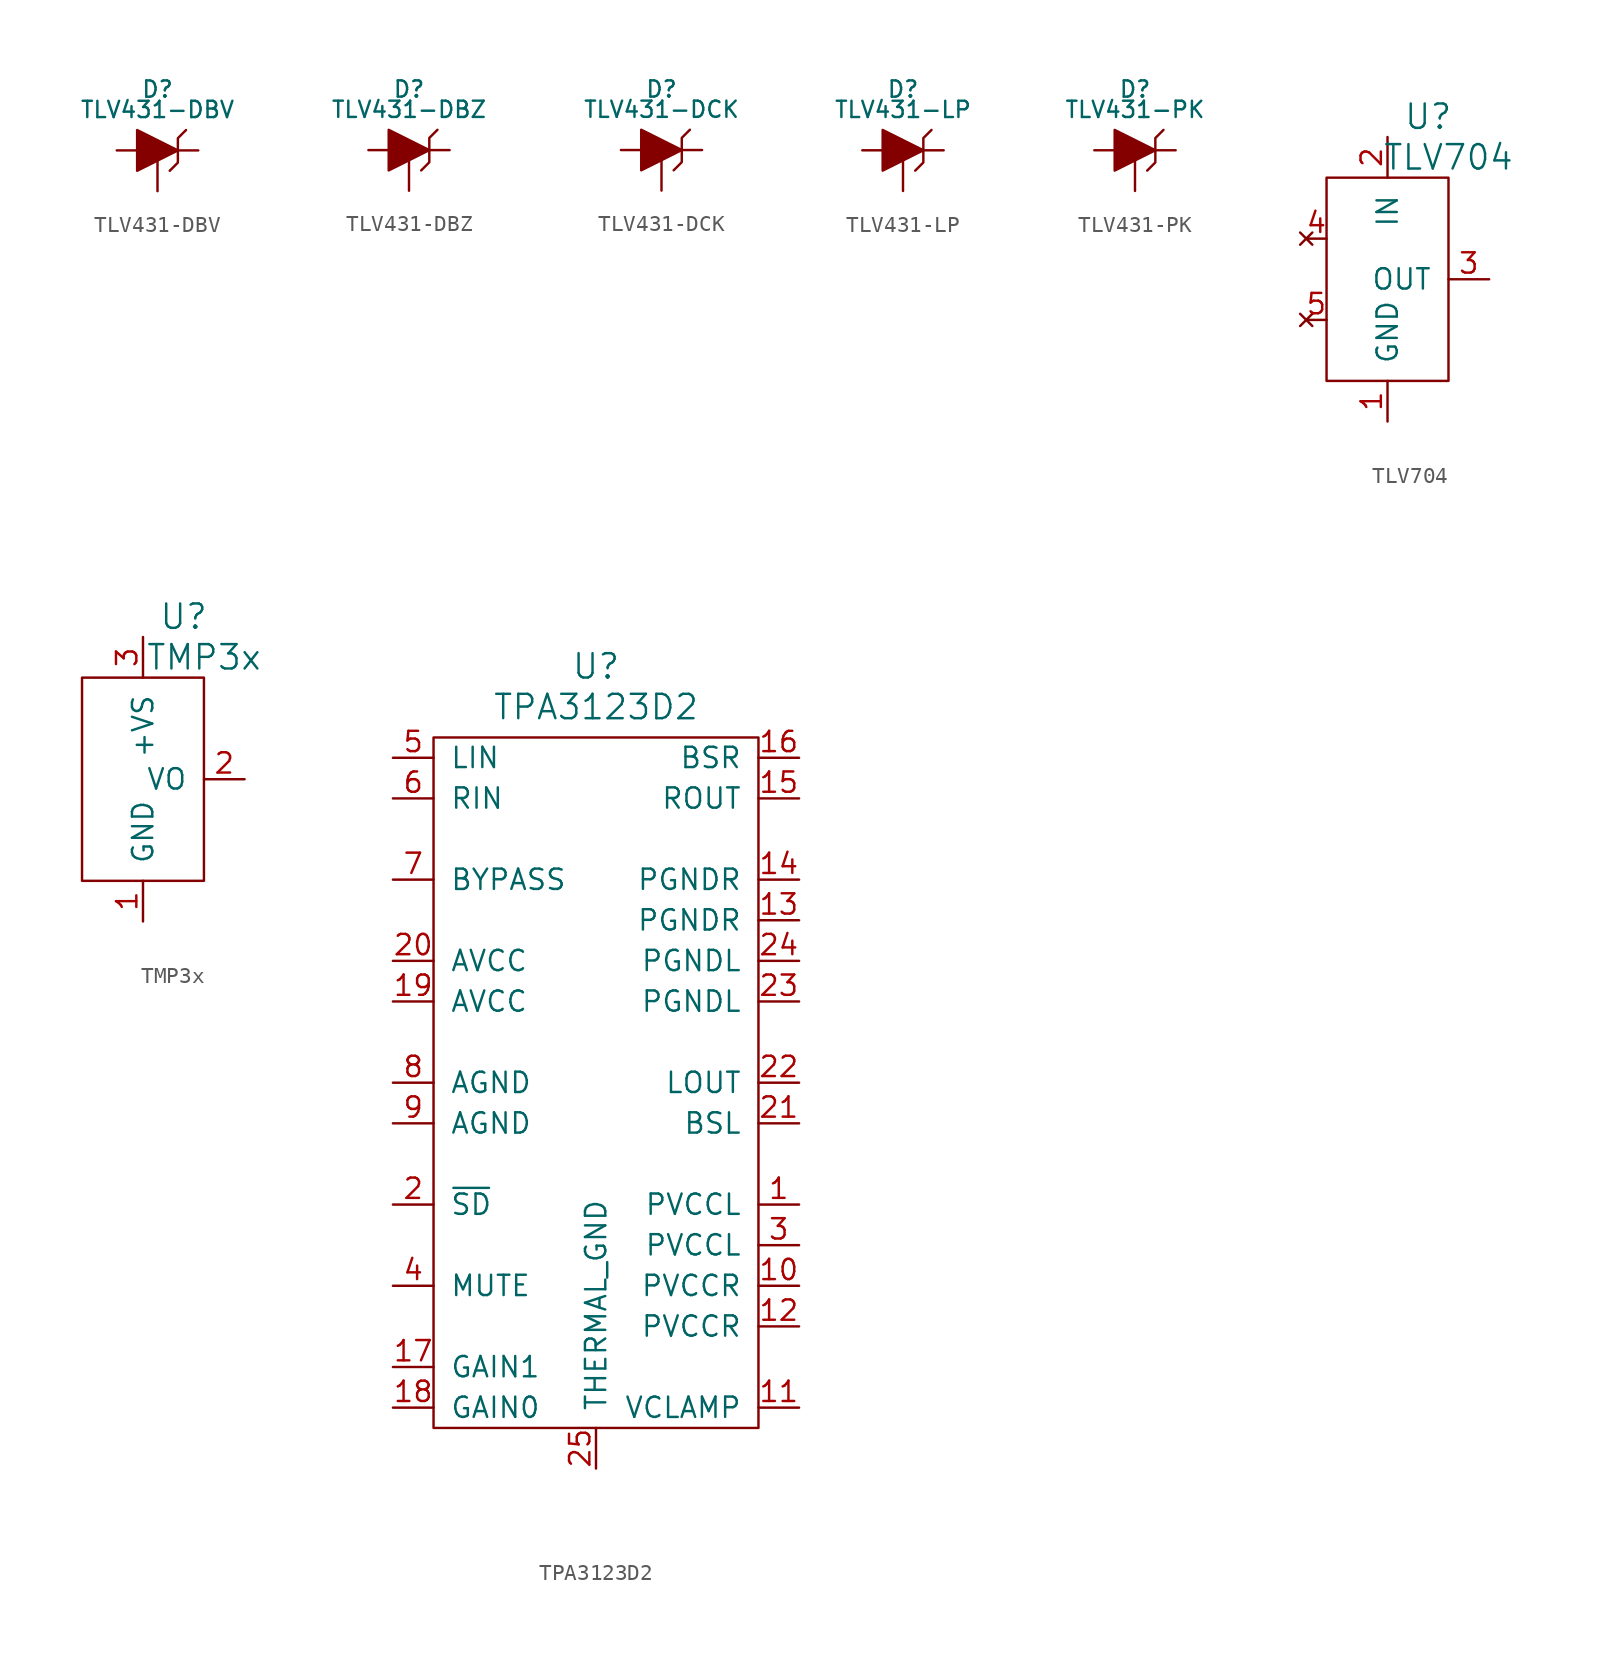
<source format=kicad_sym>
(kicad_symbol_lib
  (version 20220914)
  (generator kicad_symbol_editor)
  (symbol "TLV431-DBV"
    (pin_numbers hide)
    (pin_names
      (offset 1.016) hide)
    (property "Reference" "D"
      (at 0 3.81 0)
      (effects (font (size 1.016 1.016))))
    (property "Value" "TLV431-DBV"
      (at 0 2.54 0)
      (effects (font (size 1.016 1.016))))
    (property "Footprint" ""
      (at 0 0 0)
      (effects (font (size 1.524 1.524))))
    (property "Datasheet" ""
      (at 0 0 0)
      (effects (font (size 1.524 1.524))))
    (symbol "TLV431-DBV_0_0"
      (polyline (pts (xy -1.27 1.27) (xy -1.27 -1.27) (xy 1.27 0) (xy -1.27 1.27) (xy -1.27 1.27)) (stroke (width 0) (type solid)) (fill (type outline)))
      (polyline (pts (xy 1.778 1.27) (xy 1.27 0.762) (xy 1.27 -0.762) (xy 0.762 -1.27) (xy 0.762 -1.27)) (stroke (width 0) (type solid)) (fill (type none))))
    (symbol "TLV431-DBV_1_1"
      (pin passive line (at 2.54 0 180) (length 1.27) (name "K" (effects (font (size 1.016 1.016)))) (number "3" (effects (font (size 1.016 1.016)))))
      (pin passive line (at 0 -2.54 90) (length 1.905) (name "Ref" (effects (font (size 1.27 1.27)))) (number "4" (effects (font (size 1.27 1.27)))))
      (pin passive line (at -2.54 0 0) (length 1.27) (name "A" (effects (font (size 1.016 1.016)))) (number "5" (effects (font (size 1.016 1.016)))))))
  (symbol "TLV431-DBZ"
    (pin_numbers hide)
    (pin_names
      (offset 1.016) hide)
    (property "Reference" "D"
      (at 0 3.81 0)
      (effects (font (size 1.016 1.016))))
    (property "Value" "TLV431-DBZ"
      (at 0 2.54 0)
      (effects (font (size 1.016 1.016))))
    (property "Footprint" ""
      (at 0 0 0)
      (effects (font (size 1.524 1.524))))
    (property "Datasheet" ""
      (at 0 0 0)
      (effects (font (size 1.524 1.524))))
    (symbol "TLV431-DBZ_0_0"
      (polyline (pts (xy -1.27 1.27) (xy -1.27 -1.27) (xy 1.27 0) (xy -1.27 1.27) (xy -1.27 1.27)) (stroke (width 0) (type solid)) (fill (type outline)))
      (polyline (pts (xy 1.778 1.27) (xy 1.27 0.762) (xy 1.27 -0.762) (xy 0.762 -1.27) (xy 0.762 -1.27)) (stroke (width 0) (type solid)) (fill (type none))))
    (symbol "TLV431-DBZ_1_1"
      (pin passive line (at 0 -2.54 90) (length 1.905) (name "Ref" (effects (font (size 1.27 1.27)))) (number "1" (effects (font (size 1.27 1.27)))))
      (pin passive line (at -2.54 0 0) (length 1.27) (name "A" (effects (font (size 1.016 1.016)))) (number "2" (effects (font (size 1.016 1.016)))))
      (pin passive line (at 2.54 0 180) (length 1.27) (name "K" (effects (font (size 1.016 1.016)))) (number "3" (effects (font (size 1.016 1.016)))))))
  (symbol "TLV431-DCK"
    (pin_numbers hide)
    (pin_names
      (offset 1.016) hide)
    (property "Reference" "D"
      (at 0 3.81 0)
      (effects (font (size 1.016 1.016))))
    (property "Value" "TLV431-DCK"
      (at 0 2.54 0)
      (effects (font (size 1.016 1.016))))
    (property "Footprint" ""
      (at 0 0 0)
      (effects (font (size 1.524 1.524))))
    (property "Datasheet" ""
      (at 0 0 0)
      (effects (font (size 1.524 1.524))))
    (symbol "TLV431-DCK_0_0"
      (polyline (pts (xy -1.27 1.27) (xy -1.27 -1.27) (xy 1.27 0) (xy -1.27 1.27) (xy -1.27 1.27)) (stroke (width 0) (type solid)) (fill (type outline)))
      (polyline (pts (xy 1.778 1.27) (xy 1.27 0.762) (xy 1.27 -0.762) (xy 0.762 -1.27) (xy 0.762 -1.27)) (stroke (width 0) (type solid)) (fill (type none))))
    (symbol "TLV431-DCK_1_1"
      (pin passive line (at 2.54 0 180) (length 1.27) (name "K" (effects (font (size 1.016 1.016)))) (number "1" (effects (font (size 1.016 1.016)))))
      (pin passive line (at 0 -2.54 90) (length 1.905) (name "Ref" (effects (font (size 1.27 1.27)))) (number "3" (effects (font (size 1.27 1.27)))))
      (pin passive line (at -2.54 0 0) (length 1.27) (name "A" (effects (font (size 1.016 1.016)))) (number "6" (effects (font (size 1.016 1.016)))))))
  (symbol "TLV431-LP"
    (pin_numbers hide)
    (pin_names
      (offset 1.016) hide)
    (property "Reference" "D"
      (at 0 3.81 0)
      (effects (font (size 1.016 1.016))))
    (property "Value" "TLV431-LP"
      (at 0 2.54 0)
      (effects (font (size 1.016 1.016))))
    (property "Footprint" ""
      (at 0 0 0)
      (effects (font (size 1.524 1.524))))
    (property "Datasheet" ""
      (at 0 0 0)
      (effects (font (size 1.524 1.524))))
    (symbol "TLV431-LP_0_0"
      (polyline (pts (xy -1.27 1.27) (xy -1.27 -1.27) (xy 1.27 0) (xy -1.27 1.27) (xy -1.27 1.27)) (stroke (width 0) (type solid)) (fill (type outline)))
      (polyline (pts (xy 1.778 1.27) (xy 1.27 0.762) (xy 1.27 -0.762) (xy 0.762 -1.27) (xy 0.762 -1.27)) (stroke (width 0) (type solid)) (fill (type none))))
    (symbol "TLV431-LP_1_1"
      (pin passive line (at 2.54 0 180) (length 1.27) (name "K" (effects (font (size 1.016 1.016)))) (number "1" (effects (font (size 1.016 1.016)))))
      (pin passive line (at 0 -2.54 90) (length 1.905) (name "Ref" (effects (font (size 1.27 1.27)))) (number "3" (effects (font (size 1.27 1.27)))))
      (pin passive line (at -2.54 0 0) (length 1.27) (name "A" (effects (font (size 1.016 1.016)))) (number "6" (effects (font (size 1.016 1.016)))))))
  (symbol "TLV431-PK"
    (pin_numbers hide)
    (pin_names
      (offset 1.016) hide)
    (property "Reference" "D"
      (at 0 3.81 0)
      (effects (font (size 1.016 1.016))))
    (property "Value" "TLV431-PK"
      (at 0 2.54 0)
      (effects (font (size 1.016 1.016))))
    (property "Footprint" ""
      (at 0 0 0)
      (effects (font (size 1.524 1.524))))
    (property "Datasheet" ""
      (at 0 0 0)
      (effects (font (size 1.524 1.524))))
    (symbol "TLV431-PK_0_0"
      (polyline (pts (xy -1.27 1.27) (xy -1.27 -1.27) (xy 1.27 0) (xy -1.27 1.27) (xy -1.27 1.27)) (stroke (width 0) (type solid)) (fill (type outline)))
      (polyline (pts (xy 1.778 1.27) (xy 1.27 0.762) (xy 1.27 -0.762) (xy 0.762 -1.27) (xy 0.762 -1.27)) (stroke (width 0) (type solid)) (fill (type none))))
    (symbol "TLV431-PK_1_1"
      (pin passive line (at 0 -2.54 90) (length 1.905) (name "Ref" (effects (font (size 1.27 1.27)))) (number "1" (effects (font (size 1.27 1.27)))))
      (pin passive line (at -2.54 0 0) (length 1.27) (name "A" (effects (font (size 1.016 1.016)))) (number "2" (effects (font (size 1.016 1.016)))))
      (pin passive line (at 2.54 0 180) (length 1.27) (name "K" (effects (font (size 1.016 1.016)))) (number "3" (effects (font (size 1.016 1.016)))))))
  (symbol "TLV704"
    (pin_names
      (offset 1.016))
    (property "Reference" "U"
      (at 2.54 10.16 0)
      (effects (font (size 1.524 1.524))))
    (property "Value" "TLV704"
      (at 3.81 7.62 0)
      (effects (font (size 1.524 1.524))))
    (property "Datasheet" ""
      (at 0 0 0)
      (effects (font (size 1.524 1.524))))
    (symbol "TLV704_0_1"
      (rectangle (start -3.81 -6.35) (end 3.81 6.35) (stroke (width 0) (type solid)) (fill (type none))))
    (symbol "TLV704_1_1"
      (pin input line (at 0 -8.89 90) (length 2.54) (name "GND" (effects (font (size 1.27 1.27)))) (number "1" (effects (font (size 1.27 1.27)))))
      (pin input line (at 0 8.89 270) (length 2.54) (name "IN" (effects (font (size 1.27 1.27)))) (number "2" (effects (font (size 1.27 1.27)))))
      (pin input line (at 6.35 0 180) (length 2.54) (name "OUT" (effects (font (size 1.27 1.27)))) (number "3" (effects (font (size 1.27 1.27)))))
      (pin no_connect line (at -5.08 2.54 0) (length 1.27) (name "" (effects (font (size 0.2 0.2)))) (number "4" (effects (font (size 1.27 1.27)))))
      (pin no_connect line (at -5.08 -2.54 0) (length 1.27) (name "" (effects (font (size 0.2 0.2)))) (number "5" (effects (font (size 1.27 1.27)))))))
  (symbol "TMP3x"
    (pin_names
      (offset 1.016))
    (property "Reference" "U"
      (at 2.54 10.16 0)
      (effects (font (size 1.524 1.524))))
    (property "Value" "TMP3x"
      (at 3.81 7.62 0)
      (effects (font (size 1.524 1.524))))
    (property "Footprint" ""
      (at 0 0 0)
      (effects (font (size 1.524 1.524))))
    (property "Datasheet" ""
      (at 0 0 0)
      (effects (font (size 1.524 1.524))))
    (symbol "TMP3x_0_1"
      (rectangle (start -3.81 -6.35) (end 3.81 6.35) (stroke (width 0) (type solid)) (fill (type none))))
    (symbol "TMP3x_1_1"
      (pin input line (at 0 -8.89 90) (length 2.54) (name "GND" (effects (font (size 1.27 1.27)))) (number "1" (effects (font (size 1.27 1.27)))))
      (pin input line (at 6.35 0 180) (length 2.54) (name "VO" (effects (font (size 1.27 1.27)))) (number "2" (effects (font (size 1.27 1.27)))))
      (pin input line (at 0 8.89 270) (length 2.54) (name "+VS" (effects (font (size 1.27 1.27)))) (number "3" (effects (font (size 1.27 1.27)))))))
  (symbol "TPA3123D2"
    (pin_names
      (offset 1.016))
    (property "Reference" "U"
      (at 0 26.035 0)
      (effects (font (size 1.524 1.524))))
    (property "Value" "TPA3123D2"
      (at 0 23.495 0)
      (effects (font (size 1.524 1.524))))
    (property "Footprint" ""
      (at 0 0 0)
      (effects (font (size 1.524 1.524))))
    (property "Datasheet" ""
      (at 0 0 0)
      (effects (font (size 1.524 1.524))))
    (symbol "TPA3123D2_0_1"
      (rectangle (start 10.16 -21.59) (end -10.16 21.59) (stroke (width 0) (type solid)) (fill (type none))))
    (symbol "TPA3123D2_1_1"
      (pin power_in line (at 12.7 -7.62 180) (length 2.54) (name "PVCCL" (effects (font (size 1.27 1.27)))) (number "1" (effects (font (size 1.27 1.27)))))
      (pin power_in line (at 12.7 -12.7 180) (length 2.54) (name "PVCCR" (effects (font (size 1.27 1.27)))) (number "10" (effects (font (size 1.27 1.27)))))
      (pin power_out line (at 12.7 -20.32 180) (length 2.54) (name "VCLAMP" (effects (font (size 1.27 1.27)))) (number "11" (effects (font (size 1.27 1.27)))))
      (pin power_in line (at 12.7 -15.24 180) (length 2.54) (name "PVCCR" (effects (font (size 1.27 1.27)))) (number "12" (effects (font (size 1.27 1.27)))))
      (pin power_out line (at 12.7 10.16 180) (length 2.54) (name "PGNDR" (effects (font (size 1.27 1.27)))) (number "13" (effects (font (size 1.27 1.27)))))
      (pin power_out line (at 12.7 12.7 180) (length 2.54) (name "PGNDR" (effects (font (size 1.27 1.27)))) (number "14" (effects (font (size 1.27 1.27)))))
      (pin unspecified line (at 12.7 17.78 180) (length 2.54) (name "ROUT" (effects (font (size 1.27 1.27)))) (number "15" (effects (font (size 1.27 1.27)))))
      (pin unspecified line (at 12.7 20.32 180) (length 2.54) (name "BSR" (effects (font (size 1.27 1.27)))) (number "16" (effects (font (size 1.27 1.27)))))
      (pin input line (at -12.7 -17.78 0) (length 2.54) (name "GAIN1" (effects (font (size 1.27 1.27)))) (number "17" (effects (font (size 1.27 1.27)))))
      (pin input line (at -12.7 -20.32 0) (length 2.54) (name "GAIN0" (effects (font (size 1.27 1.27)))) (number "18" (effects (font (size 1.27 1.27)))))
      (pin power_in line (at -12.7 5.08 0) (length 2.54) (name "AVCC" (effects (font (size 1.27 1.27)))) (number "19" (effects (font (size 1.27 1.27)))))
      (pin input line (at -12.7 -7.62 0) (length 2.54) (name "~{SD}" (effects (font (size 1.27 1.27)))) (number "2" (effects (font (size 1.27 1.27)))))
      (pin power_in line (at -12.7 7.62 0) (length 2.54) (name "AVCC" (effects (font (size 1.27 1.27)))) (number "20" (effects (font (size 1.27 1.27)))))
      (pin unspecified line (at 12.7 -2.54 180) (length 2.54) (name "BSL" (effects (font (size 1.27 1.27)))) (number "21" (effects (font (size 1.27 1.27)))))
      (pin unspecified line (at 12.7 0 180) (length 2.54) (name "LOUT" (effects (font (size 1.27 1.27)))) (number "22" (effects (font (size 1.27 1.27)))))
      (pin power_out line (at 12.7 5.08 180) (length 2.54) (name "PGNDL" (effects (font (size 1.27 1.27)))) (number "23" (effects (font (size 1.27 1.27)))))
      (pin power_out line (at 12.7 7.62 180) (length 2.54) (name "PGNDL" (effects (font (size 1.27 1.27)))) (number "24" (effects (font (size 1.27 1.27)))))
      (pin passive line (at 0 -24.13 90) (length 2.54) (name "THERMAL_GND" (effects (font (size 1.27 1.27)))) (number "25" (effects (font (size 1.27 1.27)))))
      (pin power_in line (at 12.7 -10.16 180) (length 2.54) (name "PVCCL" (effects (font (size 1.27 1.27)))) (number "3" (effects (font (size 1.27 1.27)))))
      (pin input line (at -12.7 -12.7 0) (length 2.54) (name "MUTE" (effects (font (size 1.27 1.27)))) (number "4" (effects (font (size 1.27 1.27)))))
      (pin input line (at -12.7 20.32 0) (length 2.54) (name "LIN" (effects (font (size 1.27 1.27)))) (number "5" (effects (font (size 1.27 1.27)))))
      (pin input line (at -12.7 17.78 0) (length 2.54) (name "RIN" (effects (font (size 1.27 1.27)))) (number "6" (effects (font (size 1.27 1.27)))))
      (pin output line (at -12.7 12.7 0) (length 2.54) (name "BYPASS" (effects (font (size 1.27 1.27)))) (number "7" (effects (font (size 1.27 1.27)))))
      (pin power_out line (at -12.7 0 0) (length 2.54) (name "AGND" (effects (font (size 1.27 1.27)))) (number "8" (effects (font (size 1.27 1.27)))))
      (pin power_out line (at -12.7 -2.54 0) (length 2.54) (name "AGND" (effects (font (size 1.27 1.27)))) (number "9" (effects (font (size 1.27 1.27))))))))
</source>
